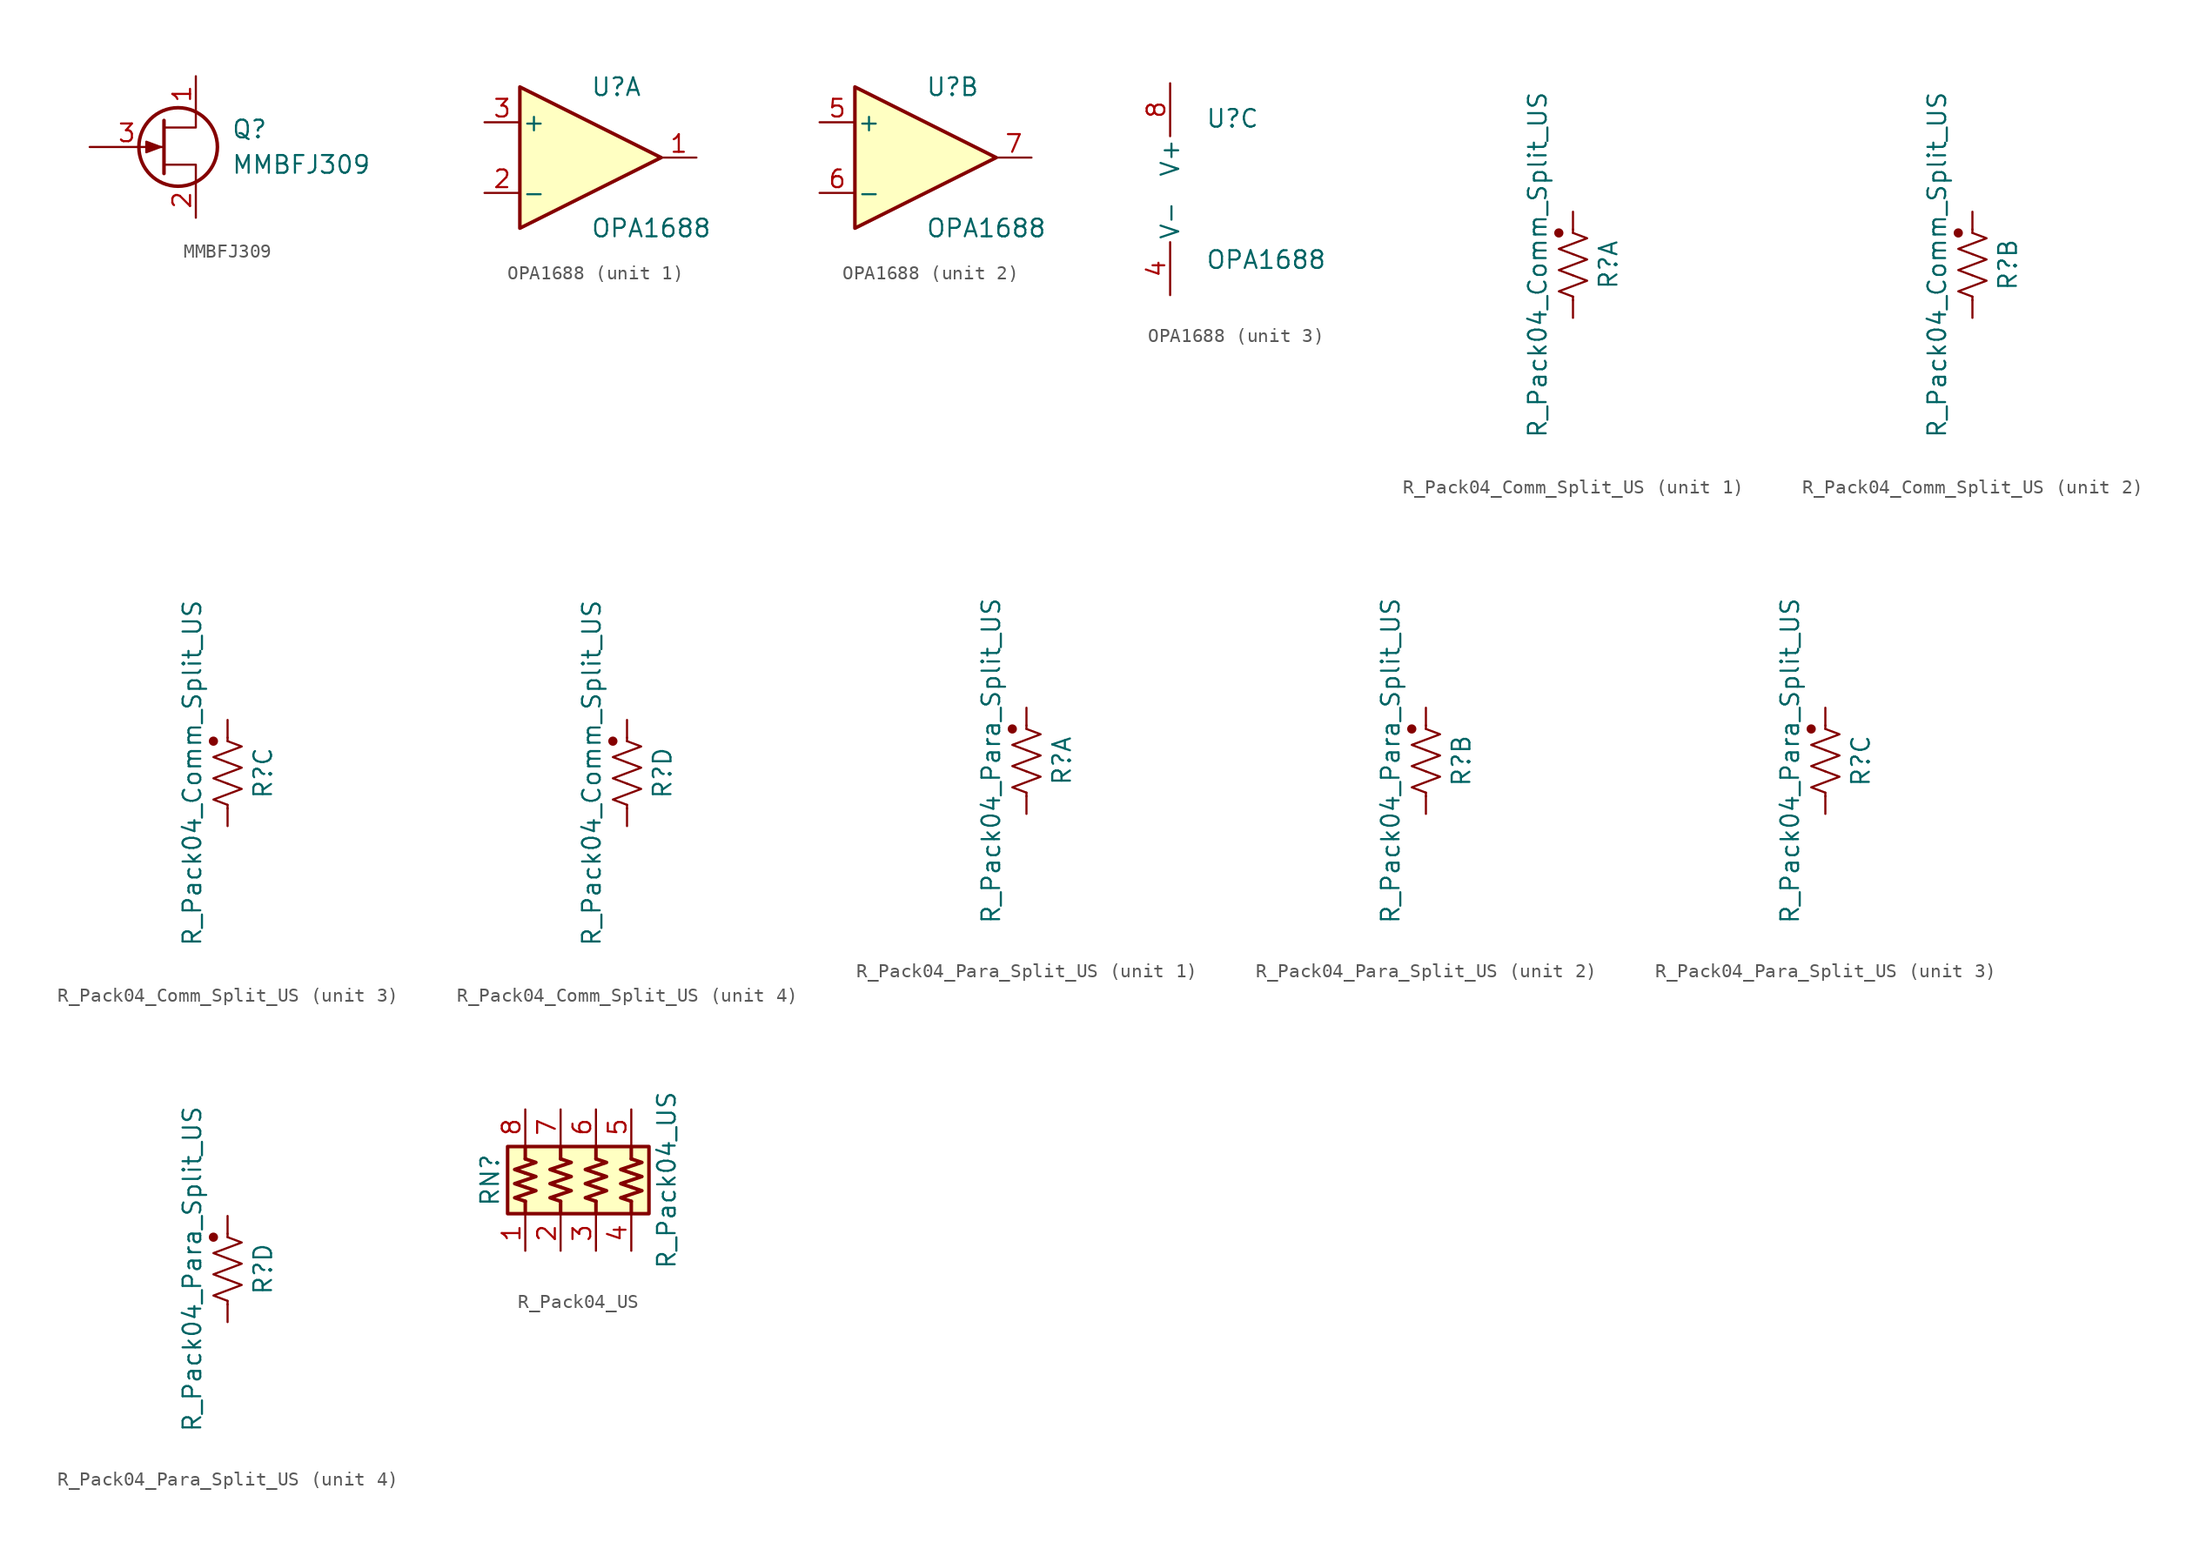
<source format=kicad_sym>
(kicad_symbol_lib
  (version 20231120)
  (generator "kicad_symbol_editor")
  (generator_version "8.0")
  (symbol "MMBFJ309"
    (pin_names
      (offset 0) hide)
    (property "Reference" "Q"
      (at 5.08 1.27 0)
      (effects (font (size 1.27 1.27)) (justify left)))
    (property "Value" "MMBFJ309"
      (at 5.08 -1.27 0)
      (effects (font (size 1.27 1.27)) (justify left)))
    (symbol "MMBFJ309_0_1"
      (polyline (pts (xy 0.254 1.905) (xy 0.254 -1.905) (xy 0.254 -1.905)) (stroke (width 0.254) (type default)) (fill (type none)))
      (polyline (pts (xy 2.54 -2.54) (xy 2.54 -1.27) (xy 0.254 -1.27)) (stroke (width 0) (type default)) (fill (type none)))
      (polyline (pts (xy 2.54 2.54) (xy 2.54 1.397) (xy 0.254 1.397)) (stroke (width 0) (type default)) (fill (type none)))
      (polyline (pts (xy 0 0) (xy -1.016 0.381) (xy -1.016 -0.381) (xy 0 0)) (stroke (width 0) (type default)) (fill (type outline)))
      (circle (center 1.27 0) (radius 2.819) (stroke (width 0.254) (type default)) (fill (type none))))
    (symbol "MMBFJ309_1_1"
      (pin passive line (at 2.54 5.08 270) (length 2.54) (name "D" (effects (font (size 1.27 1.27)))) (number "1" (effects (font (size 1.27 1.27)))))
      (pin passive line (at 2.54 -5.08 90) (length 2.54) (name "S" (effects (font (size 1.27 1.27)))) (number "2" (effects (font (size 1.27 1.27)))))
      (pin input line (at -5.08 0 0) (length 5.334) (name "G" (effects (font (size 1.27 1.27)))) (number "3" (effects (font (size 1.27 1.27)))))))
  (symbol "OPA1688"
    (pin_names
      (offset 0.127))
    (property "Reference" "U"
      (at 0 5.08 0)
      (effects (font (size 1.27 1.27)) (justify left)))
    (property "Value" "OPA1688"
      (at 0 -5.08 0)
      (effects (font (size 1.27 1.27)) (justify left)))
    (property "ki_locked" ""
      (at 0 0 0)
      (effects (font (size 1.27 1.27))))
    (symbol "OPA1688_1_1"
      (polyline (pts (xy -5.08 5.08) (xy 5.08 0) (xy -5.08 -5.08) (xy -5.08 5.08)) (stroke (width 0.254) (type default)) (fill (type background)))
      (pin output line (at 7.62 0 180) (length 2.54) (name "~" (effects (font (size 1.27 1.27)))) (number "1" (effects (font (size 1.27 1.27)))))
      (pin input line (at -7.62 -2.54 0) (length 2.54) (name "-" (effects (font (size 1.27 1.27)))) (number "2" (effects (font (size 1.27 1.27)))))
      (pin input line (at -7.62 2.54 0) (length 2.54) (name "+" (effects (font (size 1.27 1.27)))) (number "3" (effects (font (size 1.27 1.27))))))
    (symbol "OPA1688_2_1"
      (polyline (pts (xy -5.08 5.08) (xy 5.08 0) (xy -5.08 -5.08) (xy -5.08 5.08)) (stroke (width 0.254) (type default)) (fill (type background)))
      (pin input line (at -7.62 2.54 0) (length 2.54) (name "+" (effects (font (size 1.27 1.27)))) (number "5" (effects (font (size 1.27 1.27)))))
      (pin input line (at -7.62 -2.54 0) (length 2.54) (name "-" (effects (font (size 1.27 1.27)))) (number "6" (effects (font (size 1.27 1.27)))))
      (pin output line (at 7.62 0 180) (length 2.54) (name "~" (effects (font (size 1.27 1.27)))) (number "7" (effects (font (size 1.27 1.27))))))
    (symbol "OPA1688_3_1"
      (pin power_in line (at -2.54 -7.62 90) (length 3.81) (name "V-" (effects (font (size 1.27 1.27)))) (number "4" (effects (font (size 1.27 1.27)))))
      (pin power_in line (at -2.54 7.62 270) (length 3.81) (name "V+" (effects (font (size 1.27 1.27)))) (number "8" (effects (font (size 1.27 1.27)))))))
  (symbol "R_Pack04_Comm_Split_US"
    (pin_numbers hide)
    (pin_names
      (offset 0))
    (property "Reference" "R"
      (at 2.54 0 90)
      (effects (font (size 1.27 1.27))))
    (property "Value" "R_Pack04_Comm_Split_US"
      (at -2.54 0 90)
      (effects (font (size 1.27 1.27))))
    (symbol "R_Pack04_Comm_Split_US_0_1"
      (circle (center -1.016 2.286) (radius 0.254) (stroke (width 0.152) (type default)) (fill (type outline)))
      (polyline (pts (xy 0 -2.286) (xy 0 -2.54)) (stroke (width 0) (type default)) (fill (type none)))
      (polyline (pts (xy 0 2.286) (xy 0 2.54)) (stroke (width 0) (type default)) (fill (type none)))
      (polyline (pts (xy 0 -0.762) (xy 1.016 -1.143) (xy 0 -1.524) (xy -1.016 -1.905) (xy 0 -2.286)) (stroke (width 0) (type default)) (fill (type none)))
      (polyline (pts (xy 0 0.762) (xy 1.016 0.381) (xy 0 0) (xy -1.016 -0.381) (xy 0 -0.762)) (stroke (width 0) (type default)) (fill (type none)))
      (polyline (pts (xy 0 2.286) (xy 1.016 1.905) (xy 0 1.524) (xy -1.016 1.143) (xy 0 0.762)) (stroke (width 0) (type default)) (fill (type none)))
      (pin passive line (at 0 3.81 270) (length 1.27) (name "~" (effects (font (size 1.27 1.27)))) (number "1" (effects (font (size 1.27 1.27))))))
    (symbol "R_Pack04_Comm_Split_US_1_1"
      (pin passive line (at 0 -3.81 90) (length 1.27) (name "~" (effects (font (size 1.27 1.27)))) (number "2" (effects (font (size 1.27 1.27))))))
    (symbol "R_Pack04_Comm_Split_US_2_1"
      (pin passive line (at 0 -3.81 90) (length 1.27) (name "~" (effects (font (size 1.27 1.27)))) (number "3" (effects (font (size 1.27 1.27))))))
    (symbol "R_Pack04_Comm_Split_US_3_1"
      (pin passive line (at 0 -3.81 90) (length 1.27) (name "~" (effects (font (size 1.27 1.27)))) (number "4" (effects (font (size 1.27 1.27))))))
    (symbol "R_Pack04_Comm_Split_US_4_1"
      (pin passive line (at 0 -3.81 90) (length 1.27) (name "~" (effects (font (size 1.27 1.27)))) (number "5" (effects (font (size 1.27 1.27)))))))
  (symbol "R_Pack04_Para_Split_US"
    (pin_numbers hide)
    (pin_names
      (offset 0))
    (property "Reference" "R"
      (at 2.54 0 90)
      (effects (font (size 1.27 1.27))))
    (property "Value" "R_Pack04_Para_Split_US"
      (at -2.54 0 90)
      (effects (font (size 1.27 1.27))))
    (symbol "R_Pack04_Para_Split_US_0_1"
      (circle (center -1.016 2.286) (radius 0.254) (stroke (width 0.152) (type default)) (fill (type outline)))
      (polyline (pts (xy 0 -2.286) (xy 0 -2.54)) (stroke (width 0) (type default)) (fill (type none)))
      (polyline (pts (xy 0 2.286) (xy 0 2.54)) (stroke (width 0) (type default)) (fill (type none)))
      (polyline (pts (xy 0 -0.762) (xy 1.016 -1.143) (xy 0 -1.524) (xy -1.016 -1.905) (xy 0 -2.286)) (stroke (width 0) (type default)) (fill (type none)))
      (polyline (pts (xy 0 0.762) (xy 1.016 0.381) (xy 0 0) (xy -1.016 -0.381) (xy 0 -0.762)) (stroke (width 0) (type default)) (fill (type none)))
      (polyline (pts (xy 0 2.286) (xy 1.016 1.905) (xy 0 1.524) (xy -1.016 1.143) (xy 0 0.762)) (stroke (width 0) (type default)) (fill (type none))))
    (symbol "R_Pack04_Para_Split_US_1_1"
      (pin passive line (at 0 3.81 270) (length 1.27) (name "~" (effects (font (size 1.27 1.27)))) (number "1" (effects (font (size 1.27 1.27)))))
      (pin passive line (at 0 -3.81 90) (length 1.27) (name "~" (effects (font (size 1.27 1.27)))) (number "2" (effects (font (size 1.27 1.27))))))
    (symbol "R_Pack04_Para_Split_US_2_1"
      (pin passive line (at 0 3.81 270) (length 1.27) (name "~" (effects (font (size 1.27 1.27)))) (number "3" (effects (font (size 1.27 1.27)))))
      (pin passive line (at 0 -3.81 90) (length 1.27) (name "~" (effects (font (size 1.27 1.27)))) (number "4" (effects (font (size 1.27 1.27))))))
    (symbol "R_Pack04_Para_Split_US_3_1"
      (pin passive line (at 0 3.81 270) (length 1.27) (name "~" (effects (font (size 1.27 1.27)))) (number "5" (effects (font (size 1.27 1.27)))))
      (pin passive line (at 0 -3.81 90) (length 1.27) (name "~" (effects (font (size 1.27 1.27)))) (number "6" (effects (font (size 1.27 1.27))))))
    (symbol "R_Pack04_Para_Split_US_4_1"
      (pin passive line (at 0 3.81 270) (length 1.27) (name "~" (effects (font (size 1.27 1.27)))) (number "7" (effects (font (size 1.27 1.27)))))
      (pin passive line (at 0 -3.81 90) (length 1.27) (name "~" (effects (font (size 1.27 1.27)))) (number "8" (effects (font (size 1.27 1.27)))))))
  (symbol "R_Pack04_US"
    (pin_names
      (offset 0) hide)
    (property "Reference" "RN"
      (at -7.62 0 90)
      (effects (font (size 1.27 1.27))))
    (property "Value" "R_Pack04_US"
      (at 5.08 0 90)
      (effects (font (size 1.27 1.27))))
    (symbol "R_Pack04_US_0_1"
      (rectangle (start -6.35 -2.413) (end 3.81 2.413) (stroke (width 0.254) (type default)) (fill (type background)))
      (polyline (pts (xy -5.08 -2.413) (xy -5.08 -1.524)) (stroke (width 0.254) (type default)) (fill (type none)))
      (polyline (pts (xy -5.08 1.524) (xy -5.08 2.413)) (stroke (width 0.254) (type default)) (fill (type none)))
      (polyline (pts (xy -2.54 -2.413) (xy -2.54 -1.524)) (stroke (width 0.254) (type default)) (fill (type none)))
      (polyline (pts (xy -2.54 1.524) (xy -2.54 2.413)) (stroke (width 0.254) (type default)) (fill (type none)))
      (polyline (pts (xy 0 -2.413) (xy 0 -1.524)) (stroke (width 0.254) (type default)) (fill (type none)))
      (polyline (pts (xy 0 1.524) (xy 0 2.413)) (stroke (width 0.254) (type default)) (fill (type none)))
      (polyline (pts (xy 2.54 -2.413) (xy 2.54 -1.524)) (stroke (width 0.254) (type default)) (fill (type none)))
      (polyline (pts (xy 2.54 1.524) (xy 2.54 2.413)) (stroke (width 0.254) (type default)) (fill (type none)))
      (polyline (pts (xy -5.08 -0.508) (xy -4.318 -0.762) (xy -5.08 -1.016) (xy -5.842 -1.27) (xy -5.08 -1.524)) (stroke (width 0.254) (type default)) (fill (type none)))
      (polyline (pts (xy -5.08 0.508) (xy -4.318 0.254) (xy -5.08 0) (xy -5.842 -0.254) (xy -5.08 -0.508)) (stroke (width 0.254) (type default)) (fill (type none)))
      (polyline (pts (xy -5.08 1.524) (xy -4.318 1.27) (xy -5.08 1.016) (xy -5.842 0.762) (xy -5.08 0.508)) (stroke (width 0.254) (type default)) (fill (type none)))
      (polyline (pts (xy -2.54 -0.508) (xy -1.778 -0.762) (xy -2.54 -1.016) (xy -3.302 -1.27) (xy -2.54 -1.524)) (stroke (width 0.254) (type default)) (fill (type none)))
      (polyline (pts (xy -2.54 0.508) (xy -1.778 0.254) (xy -2.54 0) (xy -3.302 -0.254) (xy -2.54 -0.508)) (stroke (width 0.254) (type default)) (fill (type none)))
      (polyline (pts (xy -2.54 1.524) (xy -1.778 1.27) (xy -2.54 1.016) (xy -3.302 0.762) (xy -2.54 0.508)) (stroke (width 0.254) (type default)) (fill (type none)))
      (polyline (pts (xy 0 -0.508) (xy 0.762 -0.762) (xy 0 -1.016) (xy -0.762 -1.27) (xy 0 -1.524)) (stroke (width 0.254) (type default)) (fill (type none)))
      (polyline (pts (xy 0 0.508) (xy 0.762 0.254) (xy 0 0) (xy -0.762 -0.254) (xy 0 -0.508)) (stroke (width 0.254) (type default)) (fill (type none)))
      (polyline (pts (xy 0 1.524) (xy 0.762 1.27) (xy 0 1.016) (xy -0.762 0.762) (xy 0 0.508)) (stroke (width 0.254) (type default)) (fill (type none)))
      (polyline (pts (xy 2.54 -0.508) (xy 3.302 -0.762) (xy 2.54 -1.016) (xy 1.778 -1.27) (xy 2.54 -1.524)) (stroke (width 0.254) (type default)) (fill (type none)))
      (polyline (pts (xy 2.54 0.508) (xy 3.302 0.254) (xy 2.54 0) (xy 1.778 -0.254) (xy 2.54 -0.508)) (stroke (width 0.254) (type default)) (fill (type none)))
      (polyline (pts (xy 2.54 1.524) (xy 3.302 1.27) (xy 2.54 1.016) (xy 1.778 0.762) (xy 2.54 0.508)) (stroke (width 0.254) (type default)) (fill (type none))))
    (symbol "R_Pack04_US_1_1"
      (pin passive line (at -5.08 -5.08 90) (length 2.54) (name "R1.1" (effects (font (size 1.27 1.27)))) (number "1" (effects (font (size 1.27 1.27)))))
      (pin passive line (at -2.54 -5.08 90) (length 2.54) (name "R2.1" (effects (font (size 1.27 1.27)))) (number "2" (effects (font (size 1.27 1.27)))))
      (pin passive line (at 0 -5.08 90) (length 2.54) (name "R3.1" (effects (font (size 1.27 1.27)))) (number "3" (effects (font (size 1.27 1.27)))))
      (pin passive line (at 2.54 -5.08 90) (length 2.54) (name "R4.1" (effects (font (size 1.27 1.27)))) (number "4" (effects (font (size 1.27 1.27)))))
      (pin passive line (at 2.54 5.08 270) (length 2.54) (name "R4.2" (effects (font (size 1.27 1.27)))) (number "5" (effects (font (size 1.27 1.27)))))
      (pin passive line (at 0 5.08 270) (length 2.54) (name "R3.2" (effects (font (size 1.27 1.27)))) (number "6" (effects (font (size 1.27 1.27)))))
      (pin passive line (at -2.54 5.08 270) (length 2.54) (name "R2.2" (effects (font (size 1.27 1.27)))) (number "7" (effects (font (size 1.27 1.27)))))
      (pin passive line (at -5.08 5.08 270) (length 2.54) (name "R1.2" (effects (font (size 1.27 1.27)))) (number "8" (effects (font (size 1.27 1.27))))))))
</source>
